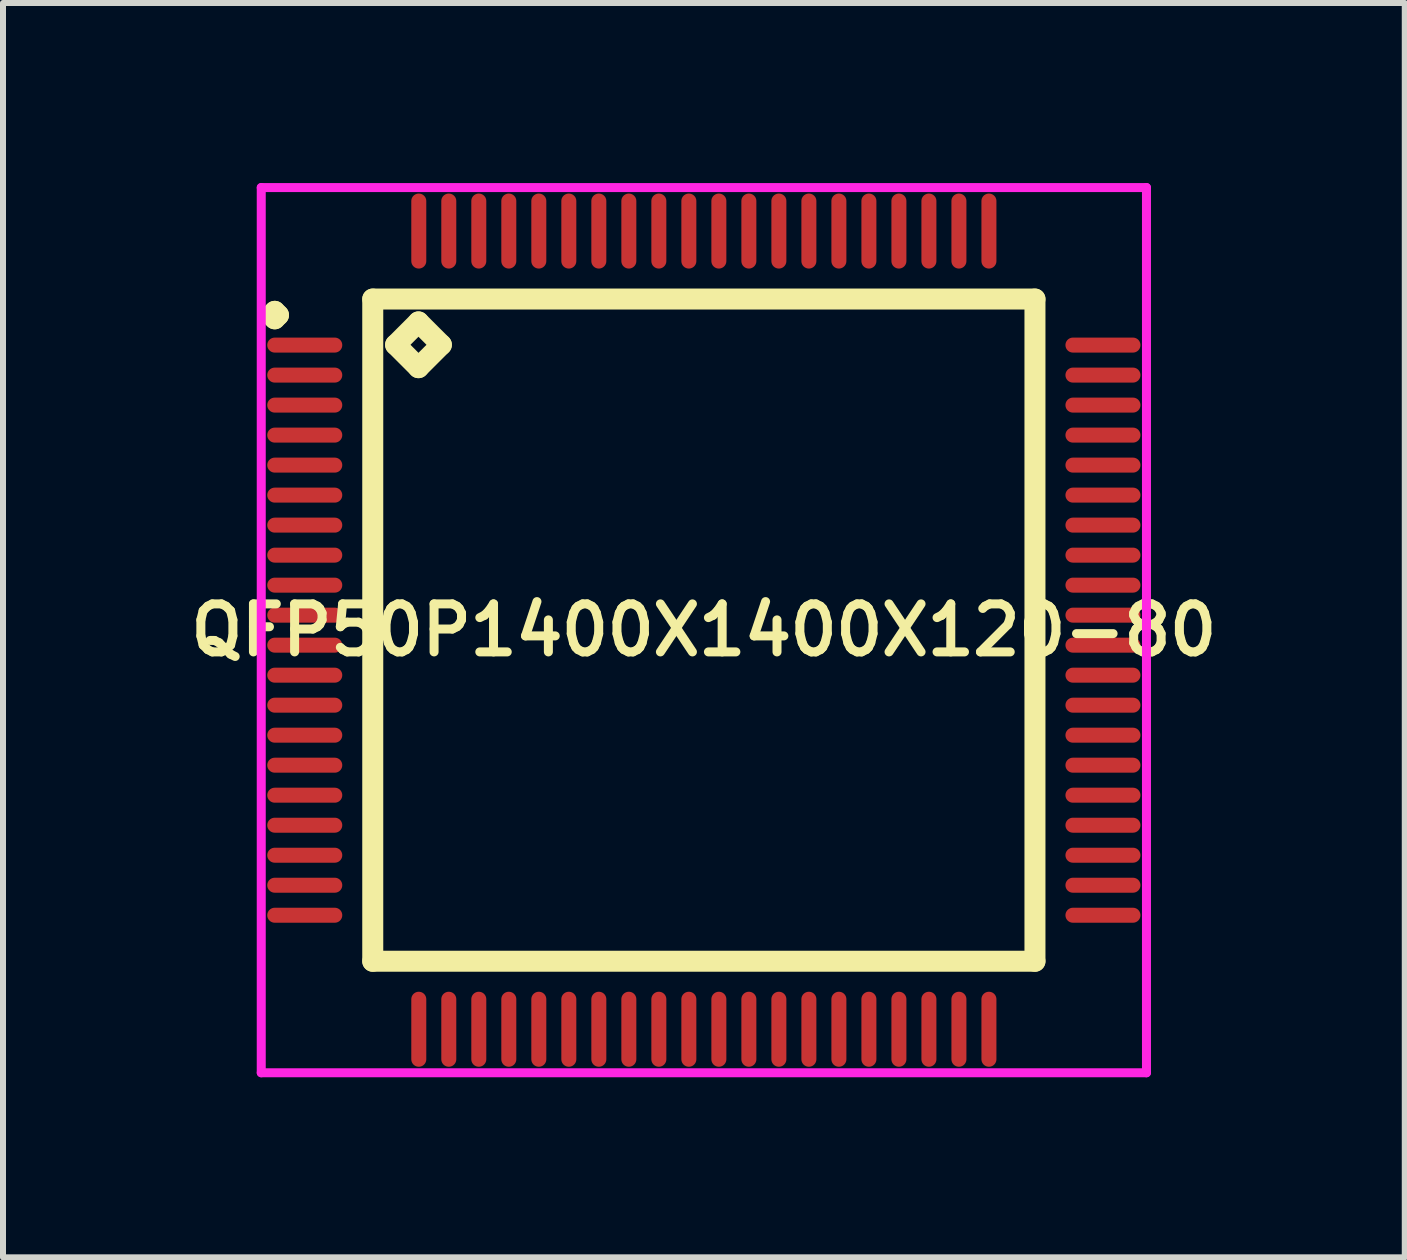
<source format=kicad_pcb>
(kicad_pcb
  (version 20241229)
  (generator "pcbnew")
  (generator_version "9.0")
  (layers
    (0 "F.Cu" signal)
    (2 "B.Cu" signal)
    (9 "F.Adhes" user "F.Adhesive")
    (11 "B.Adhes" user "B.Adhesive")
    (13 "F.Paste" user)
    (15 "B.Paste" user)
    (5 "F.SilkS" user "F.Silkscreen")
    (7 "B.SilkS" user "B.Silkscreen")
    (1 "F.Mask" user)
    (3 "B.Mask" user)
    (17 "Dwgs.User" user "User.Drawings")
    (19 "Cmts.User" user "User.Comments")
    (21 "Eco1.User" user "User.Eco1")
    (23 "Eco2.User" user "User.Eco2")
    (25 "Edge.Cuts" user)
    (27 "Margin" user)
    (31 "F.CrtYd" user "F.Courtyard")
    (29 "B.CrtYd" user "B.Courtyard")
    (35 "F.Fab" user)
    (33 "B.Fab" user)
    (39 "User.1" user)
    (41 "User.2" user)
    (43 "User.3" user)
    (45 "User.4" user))
  (footprint "QFP50P1400X1400X120-80"
    (layer "F.Cu")
    (at 8.678 7.45)
    (property "Reference" "QFP50P1400X1400X120-80" (at 0 0 0) (layer "F.SilkS") (effects (font (size 0.8 0.8) (thickness 0.15))))
    (attr smd)
    (fp_line (start -7.213 -5.25) (end -7.15 -5.312) (stroke (width 0.35) (type solid)) (layer "F.SilkS"))
    (fp_line (start -7.15 -5.312) (end -7.088 -5.25) (stroke (width 0.35) (type solid)) (layer "F.SilkS"))
    (fp_line (start -7.15 -5.188) (end -7.213 -5.25) (stroke (width 0.35) (type solid)) (layer "F.SilkS"))
    (fp_line (start -7.088 -5.25) (end -7.15 -5.188) (stroke (width 0.35) (type solid)) (layer "F.SilkS"))
    (fp_line (start -5.517 -5.517) (end -5.517 5.517) (stroke (width 0.35) (type solid)) (layer "F.SilkS"))
    (fp_line (start -5.517 5.517) (end 5.517 5.517) (stroke (width 0.35) (type solid)) (layer "F.SilkS"))
    (fp_line (start -5.136 -4.755) (end -4.755 -5.136) (stroke (width 0.35) (type solid)) (layer "F.SilkS"))
    (fp_line (start -4.755 -5.136) (end -4.374 -4.755) (stroke (width 0.35) (type solid)) (layer "F.SilkS"))
    (fp_line (start -4.755 -4.374) (end -5.136 -4.755) (stroke (width 0.35) (type solid)) (layer "F.SilkS"))
    (fp_line (start -4.374 -4.755) (end -4.755 -4.374) (stroke (width 0.35) (type solid)) (layer "F.SilkS"))
    (fp_line (start 5.517 -5.517) (end -5.517 -5.517) (stroke (width 0.35) (type solid)) (layer "F.SilkS"))
    (fp_line (start 5.517 5.517) (end 5.517 -5.517) (stroke (width 0.35) (type solid)) (layer "F.SilkS"))
    (fp_line (start -7.375 -7.375) (end 7.375 -7.375) (stroke (width 0.15) (type solid)) (layer "F.CrtYd"))
    (fp_line (start -7.375 7.375) (end -7.375 -7.375) (stroke (width 0.15) (type solid)) (layer "F.CrtYd"))
    (fp_line (start 7.375 -7.375) (end 7.375 7.375) (stroke (width 0.15) (type solid)) (layer "F.CrtYd"))
    (fp_line (start 7.375 7.375) (end -7.375 7.375) (stroke (width 0.15) (type solid)) (layer "F.CrtYd"))
    (pad "1" smd oval (at -6.65 -4.75) (size 1.25 0.25) (layers "F.Cu" "F.Mask" "F.Paste"))
    (pad "2" smd oval (at -6.65 -4.25) (size 1.25 0.25) (layers "F.Cu" "F.Mask" "F.Paste"))
    (pad "3" smd oval (at -6.65 -3.75) (size 1.25 0.25) (layers "F.Cu" "F.Mask" "F.Paste"))
    (pad "4" smd oval (at -6.65 -3.25) (size 1.25 0.25) (layers "F.Cu" "F.Mask" "F.Paste"))
    (pad "5" smd oval (at -6.65 -2.75) (size 1.25 0.25) (layers "F.Cu" "F.Mask" "F.Paste"))
    (pad "6" smd oval (at -6.65 -2.25) (size 1.25 0.25) (layers "F.Cu" "F.Mask" "F.Paste"))
    (pad "7" smd oval (at -6.65 -1.75) (size 1.25 0.25) (layers "F.Cu" "F.Mask" "F.Paste"))
    (pad "8" smd oval (at -6.65 -1.25) (size 1.25 0.25) (layers "F.Cu" "F.Mask" "F.Paste"))
    (pad "9" smd oval (at -6.65 -0.75) (size 1.25 0.25) (layers "F.Cu" "F.Mask" "F.Paste"))
    (pad "10" smd oval (at -6.65 -0.25) (size 1.25 0.25) (layers "F.Cu" "F.Mask" "F.Paste"))
    (pad "11" smd oval (at -6.65 0.25) (size 1.25 0.25) (layers "F.Cu" "F.Mask" "F.Paste"))
    (pad "12" smd oval (at -6.65 0.75) (size 1.25 0.25) (layers "F.Cu" "F.Mask" "F.Paste"))
    (pad "13" smd oval (at -6.65 1.25) (size 1.25 0.25) (layers "F.Cu" "F.Mask" "F.Paste"))
    (pad "14" smd oval (at -6.65 1.75) (size 1.25 0.25) (layers "F.Cu" "F.Mask" "F.Paste"))
    (pad "15" smd oval (at -6.65 2.25) (size 1.25 0.25) (layers "F.Cu" "F.Mask" "F.Paste"))
    (pad "16" smd oval (at -6.65 2.75) (size 1.25 0.25) (layers "F.Cu" "F.Mask" "F.Paste"))
    (pad "17" smd oval (at -6.65 3.25) (size 1.25 0.25) (layers "F.Cu" "F.Mask" "F.Paste"))
    (pad "18" smd oval (at -6.65 3.75) (size 1.25 0.25) (layers "F.Cu" "F.Mask" "F.Paste"))
    (pad "19" smd oval (at -6.65 4.25) (size 1.25 0.25) (layers "F.Cu" "F.Mask" "F.Paste"))
    (pad "20" smd oval (at -6.65 4.75) (size 1.25 0.25) (layers "F.Cu" "F.Mask" "F.Paste"))
    (pad "21" smd oval (at -4.75 6.65) (size 0.25 1.25) (layers "F.Cu" "F.Mask" "F.Paste"))
    (pad "22" smd oval (at -4.25 6.65) (size 0.25 1.25) (layers "F.Cu" "F.Mask" "F.Paste"))
    (pad "23" smd oval (at -3.75 6.65) (size 0.25 1.25) (layers "F.Cu" "F.Mask" "F.Paste"))
    (pad "24" smd oval (at -3.25 6.65) (size 0.25 1.25) (layers "F.Cu" "F.Mask" "F.Paste"))
    (pad "25" smd oval (at -2.75 6.65) (size 0.25 1.25) (layers "F.Cu" "F.Mask" "F.Paste"))
    (pad "26" smd oval (at -2.25 6.65) (size 0.25 1.25) (layers "F.Cu" "F.Mask" "F.Paste"))
    (pad "27" smd oval (at -1.75 6.65) (size 0.25 1.25) (layers "F.Cu" "F.Mask" "F.Paste"))
    (pad "28" smd oval (at -1.25 6.65) (size 0.25 1.25) (layers "F.Cu" "F.Mask" "F.Paste"))
    (pad "29" smd oval (at -0.75 6.65) (size 0.25 1.25) (layers "F.Cu" "F.Mask" "F.Paste"))
    (pad "30" smd oval (at -0.25 6.65) (size 0.25 1.25) (layers "F.Cu" "F.Mask" "F.Paste"))
    (pad "31" smd oval (at 0.25 6.65) (size 0.25 1.25) (layers "F.Cu" "F.Mask" "F.Paste"))
    (pad "32" smd oval (at 0.75 6.65) (size 0.25 1.25) (layers "F.Cu" "F.Mask" "F.Paste"))
    (pad "33" smd oval (at 1.25 6.65) (size 0.25 1.25) (layers "F.Cu" "F.Mask" "F.Paste"))
    (pad "34" smd oval (at 1.75 6.65) (size 0.25 1.25) (layers "F.Cu" "F.Mask" "F.Paste"))
    (pad "35" smd oval (at 2.25 6.65) (size 0.25 1.25) (layers "F.Cu" "F.Mask" "F.Paste"))
    (pad "36" smd oval (at 2.75 6.65) (size 0.25 1.25) (layers "F.Cu" "F.Mask" "F.Paste"))
    (pad "37" smd oval (at 3.25 6.65) (size 0.25 1.25) (layers "F.Cu" "F.Mask" "F.Paste"))
    (pad "38" smd oval (at 3.75 6.65) (size 0.25 1.25) (layers "F.Cu" "F.Mask" "F.Paste"))
    (pad "39" smd oval (at 4.25 6.65) (size 0.25 1.25) (layers "F.Cu" "F.Mask" "F.Paste"))
    (pad "40" smd oval (at 4.75 6.65) (size 0.25 1.25) (layers "F.Cu" "F.Mask" "F.Paste"))
    (pad "41" smd oval (at 6.65 4.75) (size 1.25 0.25) (layers "F.Cu" "F.Mask" "F.Paste"))
    (pad "42" smd oval (at 6.65 4.25) (size 1.25 0.25) (layers "F.Cu" "F.Mask" "F.Paste"))
    (pad "43" smd oval (at 6.65 3.75) (size 1.25 0.25) (layers "F.Cu" "F.Mask" "F.Paste"))
    (pad "44" smd oval (at 6.65 3.25) (size 1.25 0.25) (layers "F.Cu" "F.Mask" "F.Paste"))
    (pad "45" smd oval (at 6.65 2.75) (size 1.25 0.25) (layers "F.Cu" "F.Mask" "F.Paste"))
    (pad "46" smd oval (at 6.65 2.25) (size 1.25 0.25) (layers "F.Cu" "F.Mask" "F.Paste"))
    (pad "47" smd oval (at 6.65 1.75) (size 1.25 0.25) (layers "F.Cu" "F.Mask" "F.Paste"))
    (pad "48" smd oval (at 6.65 1.25) (size 1.25 0.25) (layers "F.Cu" "F.Mask" "F.Paste"))
    (pad "49" smd oval (at 6.65 0.75) (size 1.25 0.25) (layers "F.Cu" "F.Mask" "F.Paste"))
    (pad "50" smd oval (at 6.65 0.25) (size 1.25 0.25) (layers "F.Cu" "F.Mask" "F.Paste"))
    (pad "51" smd oval (at 6.65 -0.25) (size 1.25 0.25) (layers "F.Cu" "F.Mask" "F.Paste"))
    (pad "52" smd oval (at 6.65 -0.75) (size 1.25 0.25) (layers "F.Cu" "F.Mask" "F.Paste"))
    (pad "53" smd oval (at 6.65 -1.25) (size 1.25 0.25) (layers "F.Cu" "F.Mask" "F.Paste"))
    (pad "54" smd oval (at 6.65 -1.75) (size 1.25 0.25) (layers "F.Cu" "F.Mask" "F.Paste"))
    (pad "55" smd oval (at 6.65 -2.25) (size 1.25 0.25) (layers "F.Cu" "F.Mask" "F.Paste"))
    (pad "56" smd oval (at 6.65 -2.75) (size 1.25 0.25) (layers "F.Cu" "F.Mask" "F.Paste"))
    (pad "57" smd oval (at 6.65 -3.25) (size 1.25 0.25) (layers "F.Cu" "F.Mask" "F.Paste"))
    (pad "58" smd oval (at 6.65 -3.75) (size 1.25 0.25) (layers "F.Cu" "F.Mask" "F.Paste"))
    (pad "59" smd oval (at 6.65 -4.25) (size 1.25 0.25) (layers "F.Cu" "F.Mask" "F.Paste"))
    (pad "60" smd oval (at 6.65 -4.75) (size 1.25 0.25) (layers "F.Cu" "F.Mask" "F.Paste"))
    (pad "61" smd oval (at 4.75 -6.65) (size 0.25 1.25) (layers "F.Cu" "F.Mask" "F.Paste"))
    (pad "62" smd oval (at 4.25 -6.65) (size 0.25 1.25) (layers "F.Cu" "F.Mask" "F.Paste"))
    (pad "63" smd oval (at 3.75 -6.65) (size 0.25 1.25) (layers "F.Cu" "F.Mask" "F.Paste"))
    (pad "64" smd oval (at 3.25 -6.65) (size 0.25 1.25) (layers "F.Cu" "F.Mask" "F.Paste"))
    (pad "65" smd oval (at 2.75 -6.65) (size 0.25 1.25) (layers "F.Cu" "F.Mask" "F.Paste"))
    (pad "66" smd oval (at 2.25 -6.65) (size 0.25 1.25) (layers "F.Cu" "F.Mask" "F.Paste"))
    (pad "67" smd oval (at 1.75 -6.65) (size 0.25 1.25) (layers "F.Cu" "F.Mask" "F.Paste"))
    (pad "68" smd oval (at 1.25 -6.65) (size 0.25 1.25) (layers "F.Cu" "F.Mask" "F.Paste"))
    (pad "69" smd oval (at 0.75 -6.65) (size 0.25 1.25) (layers "F.Cu" "F.Mask" "F.Paste"))
    (pad "70" smd oval (at 0.25 -6.65) (size 0.25 1.25) (layers "F.Cu" "F.Mask" "F.Paste"))
    (pad "71" smd oval (at -0.25 -6.65) (size 0.25 1.25) (layers "F.Cu" "F.Mask" "F.Paste"))
    (pad "72" smd oval (at -0.75 -6.65) (size 0.25 1.25) (layers "F.Cu" "F.Mask" "F.Paste"))
    (pad "73" smd oval (at -1.25 -6.65) (size 0.25 1.25) (layers "F.Cu" "F.Mask" "F.Paste"))
    (pad "74" smd oval (at -1.75 -6.65) (size 0.25 1.25) (layers "F.Cu" "F.Mask" "F.Paste"))
    (pad "75" smd oval (at -2.25 -6.65) (size 0.25 1.25) (layers "F.Cu" "F.Mask" "F.Paste"))
    (pad "76" smd oval (at -2.75 -6.65) (size 0.25 1.25) (layers "F.Cu" "F.Mask" "F.Paste"))
    (pad "77" smd oval (at -3.25 -6.65) (size 0.25 1.25) (layers "F.Cu" "F.Mask" "F.Paste"))
    (pad "78" smd oval (at -3.75 -6.65) (size 0.25 1.25) (layers "F.Cu" "F.Mask" "F.Paste"))
    (pad "79" smd oval (at -4.25 -6.65) (size 0.25 1.25) (layers "F.Cu" "F.Mask" "F.Paste"))
    (pad "80" smd oval (at -4.75 -6.65) (size 0.25 1.25) (layers "F.Cu" "F.Mask" "F.Paste")))
  (gr_rect
    (start -3 -3)
    (end 20.357 17.9)
    (stroke (width 0.1) (type default))
    (fill no)
    (layer "Edge.Cuts")))
</source>
